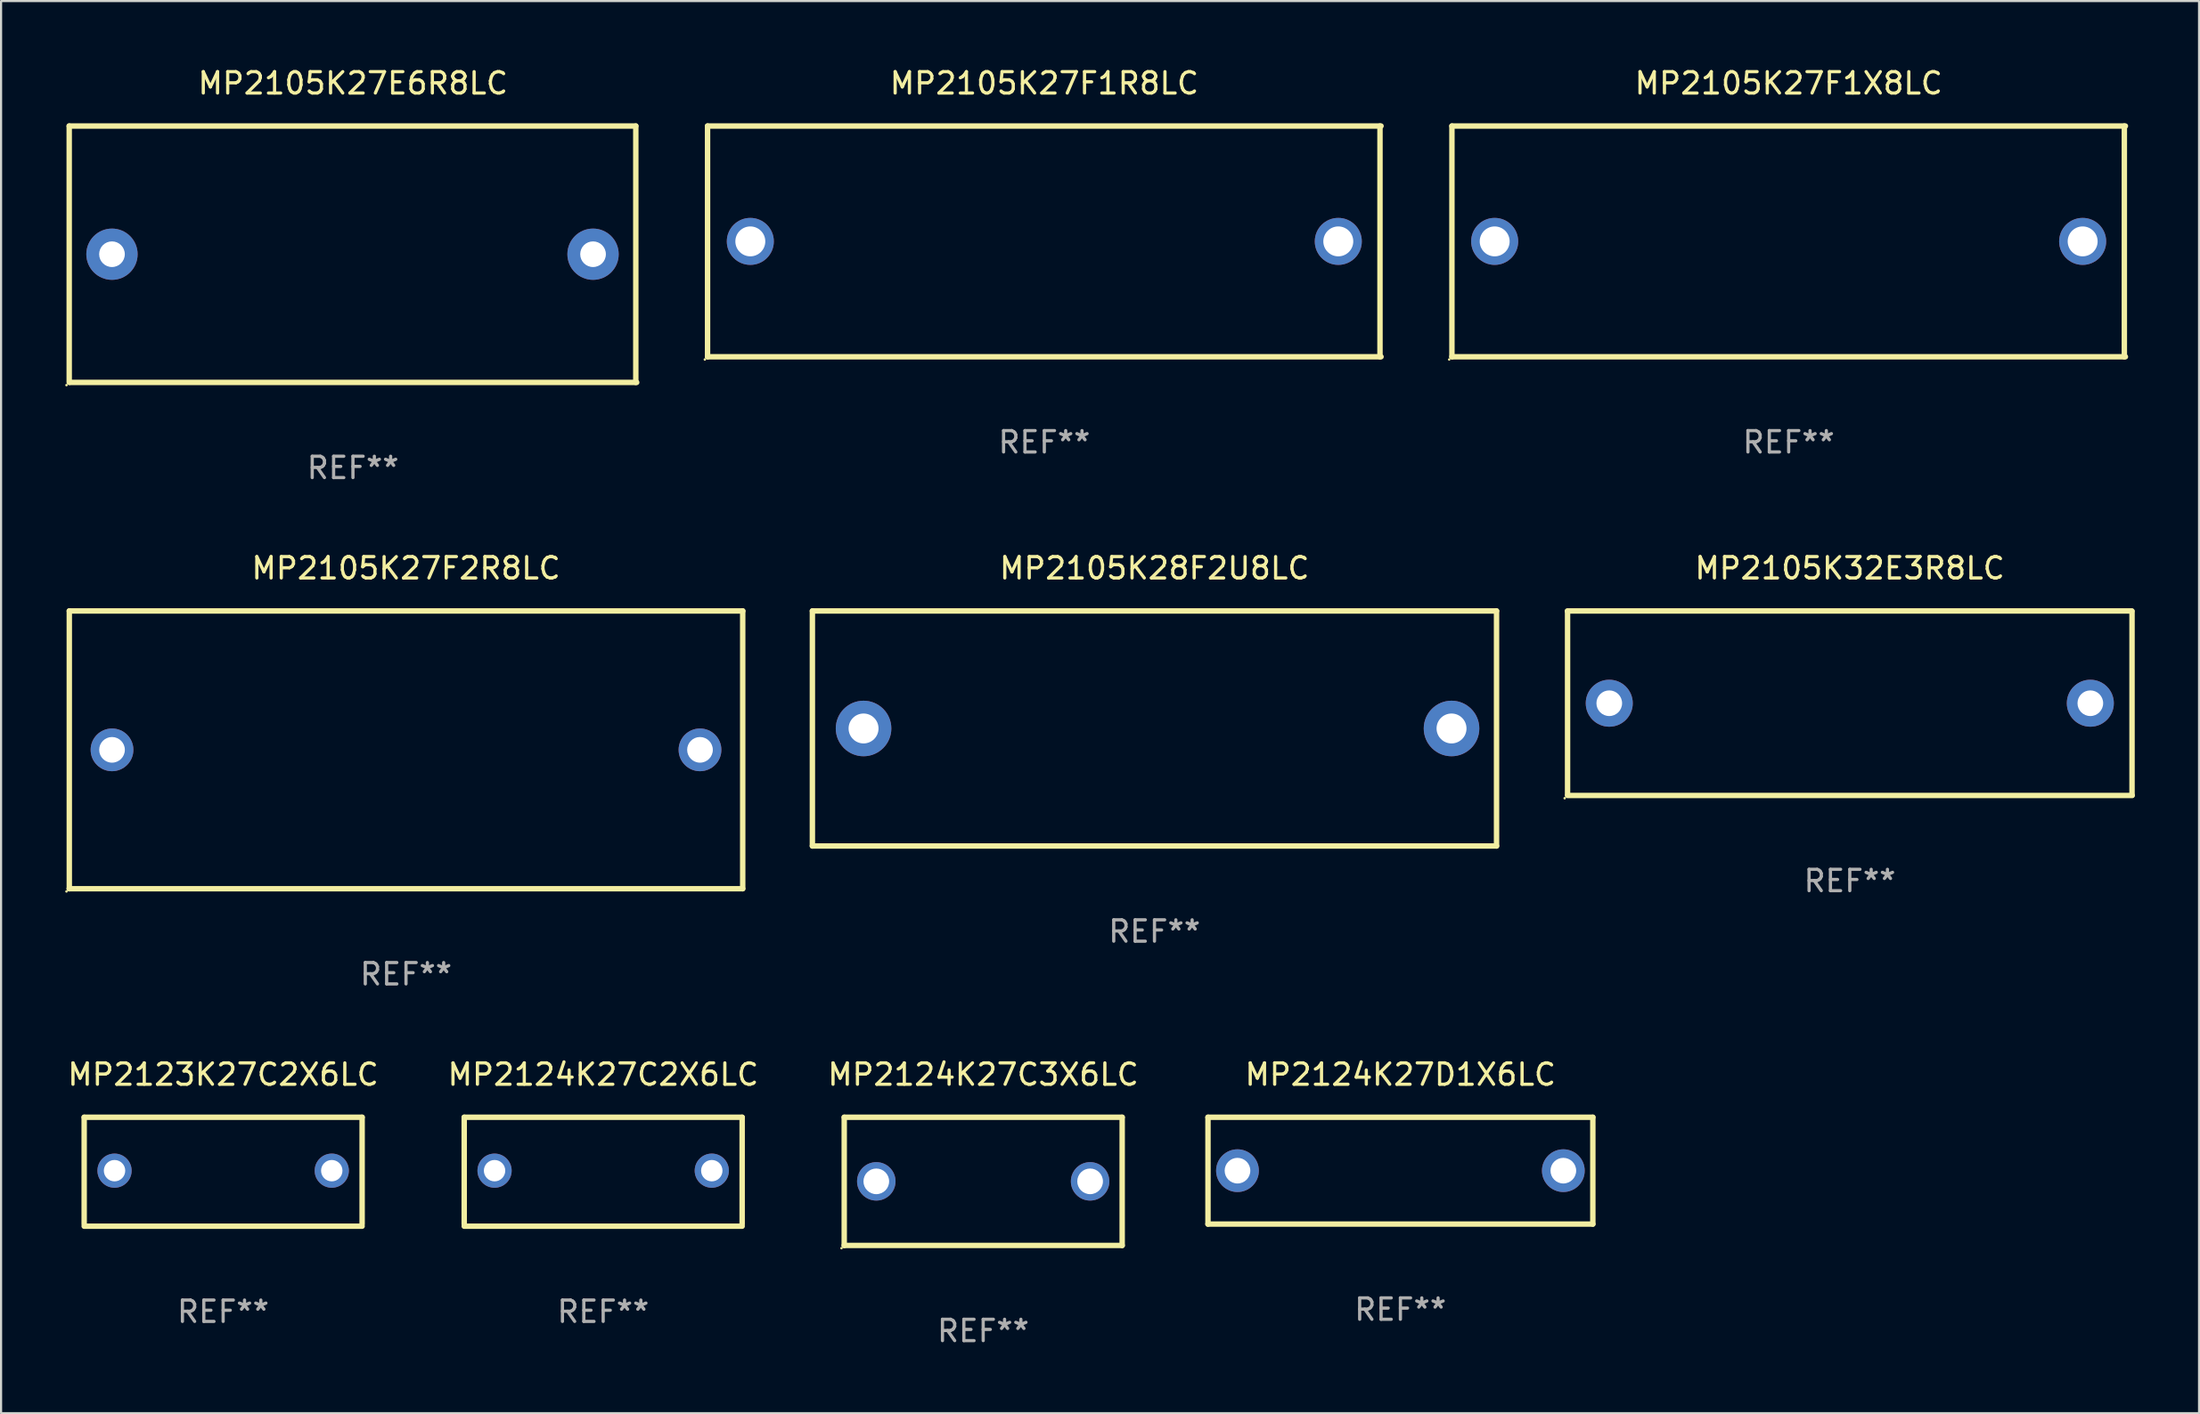
<source format=kicad_pcb>
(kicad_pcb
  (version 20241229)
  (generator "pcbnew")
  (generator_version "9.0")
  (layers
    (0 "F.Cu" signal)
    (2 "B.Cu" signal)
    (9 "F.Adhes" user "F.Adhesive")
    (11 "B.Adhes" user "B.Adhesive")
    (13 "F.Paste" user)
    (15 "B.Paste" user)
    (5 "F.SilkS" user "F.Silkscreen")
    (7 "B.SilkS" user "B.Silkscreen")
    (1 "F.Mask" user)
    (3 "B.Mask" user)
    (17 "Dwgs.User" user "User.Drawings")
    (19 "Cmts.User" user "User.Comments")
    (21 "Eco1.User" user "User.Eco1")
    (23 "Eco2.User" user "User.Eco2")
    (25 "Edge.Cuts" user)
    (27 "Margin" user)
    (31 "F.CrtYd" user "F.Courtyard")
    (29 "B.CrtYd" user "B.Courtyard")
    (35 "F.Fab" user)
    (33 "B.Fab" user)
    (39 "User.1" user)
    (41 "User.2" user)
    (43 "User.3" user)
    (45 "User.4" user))
  (footprint "MP2105K28F2U8LC"
    (layer "F.Cu")
    (at 50.945 31.045)
    (property "Reference" "MP2105K28F2U8LC" (at 0 -7.5 0) (layer "F.SilkS") (effects (font (size 1 1) (thickness 0.15))))
    (attr through_hole)
    (fp_line (start -15.999 -5.5) (end -15.999 5.5) (stroke (width 0.254) (type solid)) (layer "F.SilkS"))
    (fp_line (start -15.999 -5.5) (end 15.999 -5.5) (stroke (width 0.254) (type solid)) (layer "F.SilkS"))
    (fp_line (start 15.999 -5.5) (end 15.999 5.5) (stroke (width 0.254) (type solid)) (layer "F.SilkS"))
    (fp_line (start 15.999 5.5) (end -15.999 5.5) (stroke (width 0.254) (type solid)) (layer "F.SilkS"))
    (fp_circle (center -16.008 5.5) (end -15.978 5.5) (stroke (width 0.06) (type solid)) (fill no) (layer "F.SilkS"))
    (fp_text user "REF**" (at 0 9.5 0) (layer "F.Fab") (effects (font (size 1 1) (thickness 0.15))))
    (pad "1" thru_hole circle (at -13.606 0) (size 2.6 2.6) (drill 1.4) (layers "*.Cu" "*.Mask"))
    (pad "2" thru_hole circle (at 13.894 0) (size 2.6 2.6) (drill 1.4) (layers "*.Cu" "*.Mask")))
  (footprint "MP2105K27E6R8LC"
    (layer "F.Cu")
    (at 13.458 8.848)
    (property "Reference" "MP2105K27E6R8LC" (at 0 -8 0) (layer "F.SilkS") (effects (font (size 1 1) (thickness 0.15))))
    (attr through_hole)
    (fp_line (start -13.271 -6) (end 13.229 -6) (stroke (width 0.254) (type solid)) (layer "F.SilkS"))
    (fp_line (start -13.271 6) (end -13.271 -6) (stroke (width 0.254) (type solid)) (layer "F.SilkS"))
    (fp_line (start 13.229 -6) (end 13.229 6) (stroke (width 0.254) (type solid)) (layer "F.SilkS"))
    (fp_line (start 13.271 6) (end -13.229 6) (stroke (width 0.254) (type solid)) (layer "F.SilkS"))
    (fp_circle (center -13.398 6.127) (end -13.368 6.127) (stroke (width 0.06) (type solid)) (fill no) (layer "F.SilkS"))
    (fp_text user "REF**" (at 0 10 0) (layer "F.Fab") (effects (font (size 1 1) (thickness 0.15))))
    (pad "1" thru_hole circle (at -11.271 0) (size 2.4 2.4) (drill 1.2) (layers "*.Cu" "*.Mask"))
    (pad "2" thru_hole circle (at 11.229 0) (size 2.4 2.4) (drill 1.2) (layers "*.Cu" "*.Mask")))
  (footprint "MP2105K32E3R8LC"
    (layer "F.Cu")
    (at 83.466 29.863)
    (property "Reference" "MP2105K32E3R8LC" (at 0 -6.318 0) (layer "F.SilkS") (effects (font (size 1 1) (thickness 0.15))))
    (attr through_hole)
    (fp_line (start -13.208 -4.318) (end 13.193 -4.318) (stroke (width 0.254) (type solid)) (layer "F.SilkS"))
    (fp_line (start -13.2 4.3) (end -13.2 -4.3) (stroke (width 0.254) (type solid)) (layer "F.SilkS"))
    (fp_line (start 13.2 -4.3) (end 13.2 4.3) (stroke (width 0.254) (type solid)) (layer "F.SilkS"))
    (fp_line (start 13.208 4.318) (end -13.193 4.318) (stroke (width 0.254) (type solid)) (layer "F.SilkS"))
    (fp_circle (center -13.335 4.445) (end -13.305 4.445) (stroke (width 0.06) (type solid)) (fill no) (layer "F.SilkS"))
    (fp_text user "REF**" (at 0 8.318 0) (layer "F.Fab") (effects (font (size 1 1) (thickness 0.15))))
    (pad "1" thru_hole circle (at -11.25 0) (size 2.2 2.2) (drill 1.2) (layers "*.Cu" "*.Mask"))
    (pad "2" thru_hole circle (at 11.25 0) (size 2.2 2.2) (drill 1.2) (layers "*.Cu" "*.Mask")))
  (footprint "MP2105K27F1R8LC"
    (layer "F.Cu")
    (at 45.793 8.248)
    (property "Reference" "MP2105K27F1R8LC" (at 0 -7.4 0) (layer "F.SilkS") (effects (font (size 1 1) (thickness 0.15))))
    (attr through_hole)
    (fp_line (start -15.75 -5.4) (end 15.75 -5.4) (stroke (width 0.254) (type solid)) (layer "F.SilkS"))
    (fp_line (start -15.75 5.4) (end -15.75 -5.4) (stroke (width 0.254) (type solid)) (layer "F.SilkS"))
    (fp_line (start 15.7 -5.4) (end 15.7 5.4) (stroke (width 0.254) (type solid)) (layer "F.SilkS"))
    (fp_line (start 15.75 5.4) (end -15.75 5.4) (stroke (width 0.254) (type solid)) (layer "F.SilkS"))
    (fp_circle (center -15.877 5.527) (end -15.847 5.527) (stroke (width 0.06) (type solid)) (fill no) (layer "F.SilkS"))
    (fp_text user "REF**" (at 0 9.4 0) (layer "F.Fab") (effects (font (size 1 1) (thickness 0.15))))
    (pad "1" thru_hole circle (at -13.75 0) (size 2.2 2.2) (drill 1.4) (layers "*.Cu" "*.Mask"))
    (pad "2" thru_hole circle (at 13.75 0) (size 2.2 2.2) (drill 1.4) (layers "*.Cu" "*.Mask")))
  (footprint "MP2124K27C2X6LC"
    (layer "F.Cu")
    (at 25.161 51.791)
    (property "Reference" "MP2124K27C2X6LC" (at 0 -4.55 0) (layer "F.SilkS") (effects (font (size 1 1) (thickness 0.15))))
    (attr through_hole)
    (fp_line (start -6.5 -2.55) (end 6.5 -2.55) (stroke (width 0.254) (type solid)) (layer "F.SilkS"))
    (fp_line (start -6.5 2.45) (end -6.5 -2.55) (stroke (width 0.254) (type solid)) (layer "F.SilkS"))
    (fp_line (start 6.5 -2.55) (end 6.5 2.45) (stroke (width 0.254) (type solid)) (layer "F.SilkS"))
    (fp_line (start 6.5 2.55) (end -6.5 2.55) (stroke (width 0.254) (type solid)) (layer "F.SilkS"))
    (fp_circle (center -6.5 2.45) (end -6.47 2.45) (stroke (width 0.06) (type solid)) (fill no) (layer "F.SilkS"))
    (fp_text user "REF**" (at 0 6.55 0) (layer "F.Fab") (effects (font (size 1 1) (thickness 0.15))))
    (pad "1" thru_hole circle (at -5.08 -0.05) (size 1.6 1.6) (drill 1) (layers "*.Cu" "*.Mask"))
    (pad "2" thru_hole circle (at 5.08 -0.05) (size 1.6 1.6) (drill 1) (layers "*.Cu" "*.Mask")))
  (footprint "MP2105K27F1X8LC"
    (layer "F.Cu")
    (at 80.607 8.248)
    (property "Reference" "MP2105K27F1X8LC" (at 0 -7.4 0) (layer "F.SilkS") (effects (font (size 1 1) (thickness 0.15))))
    (attr through_hole)
    (fp_line (start -15.75 -5.4) (end 15.75 -5.4) (stroke (width 0.254) (type solid)) (layer "F.SilkS"))
    (fp_line (start -15.75 5.4) (end -15.75 -5.4) (stroke (width 0.254) (type solid)) (layer "F.SilkS"))
    (fp_line (start 15.7 -5.4) (end 15.7 5.4) (stroke (width 0.254) (type solid)) (layer "F.SilkS"))
    (fp_line (start 15.75 5.4) (end -15.75 5.4) (stroke (width 0.254) (type solid)) (layer "F.SilkS"))
    (fp_circle (center -15.877 5.527) (end -15.847 5.527) (stroke (width 0.06) (type solid)) (fill no) (layer "F.SilkS"))
    (fp_text user "REF**" (at 0 9.4 0) (layer "F.Fab") (effects (font (size 1 1) (thickness 0.15))))
    (pad "1" thru_hole circle (at -13.75 0) (size 2.2 2.2) (drill 1.4) (layers "*.Cu" "*.Mask"))
    (pad "2" thru_hole circle (at 13.75 0) (size 2.2 2.2) (drill 1.4) (layers "*.Cu" "*.Mask")))
  (footprint "MP2124K27D1X6LC"
    (layer "F.Cu")
    (at 62.448 51.741)
    (property "Reference" "MP2124K27D1X6LC" (at 0 -4.5 0) (layer "F.SilkS") (effects (font (size 1 1) (thickness 0.15))))
    (attr through_hole)
    (fp_line (start -9 -2.5) (end 9 -2.5) (stroke (width 0.254) (type solid)) (layer "F.SilkS"))
    (fp_line (start -9 2.5) (end -9 -2.5) (stroke (width 0.254) (type solid)) (layer "F.SilkS"))
    (fp_line (start 9 -2.5) (end 9 2.5) (stroke (width 0.254) (type solid)) (layer "F.SilkS"))
    (fp_line (start 9 2.5) (end -9 2.5) (stroke (width 0.254) (type solid)) (layer "F.SilkS"))
    (fp_circle (center -9 2.5) (end -8.97 2.5) (stroke (width 0.06) (type solid)) (fill no) (layer "F.SilkS"))
    (fp_text user "REF**" (at 0 6.5 0) (layer "F.Fab") (effects (font (size 1 1) (thickness 0.15))))
    (pad "1" thru_hole circle (at -7.62 -0.000127) (size 2 2) (drill 1.2) (layers "*.Cu" "*.Mask"))
    (pad "2" thru_hole circle (at 7.62 -0.000127) (size 2 2) (drill 1.2) (layers "*.Cu" "*.Mask")))
  (footprint "MP2123K27C2X6LC"
    (layer "F.Cu")
    (at 7.387 51.791)
    (property "Reference" "MP2123K27C2X6LC" (at 0 -4.55 0) (layer "F.SilkS") (effects (font (size 1 1) (thickness 0.15))))
    (attr through_hole)
    (fp_line (start -6.5 -2.55) (end 6.5 -2.55) (stroke (width 0.254) (type solid)) (layer "F.SilkS"))
    (fp_line (start -6.5 2.45) (end -6.5 -2.55) (stroke (width 0.254) (type solid)) (layer "F.SilkS"))
    (fp_line (start 6.5 -2.55) (end 6.5 2.45) (stroke (width 0.254) (type solid)) (layer "F.SilkS"))
    (fp_line (start 6.5 2.55) (end -6.5 2.55) (stroke (width 0.254) (type solid)) (layer "F.SilkS"))
    (fp_circle (center -6.5 2.45) (end -6.47 2.45) (stroke (width 0.06) (type solid)) (fill no) (layer "F.SilkS"))
    (fp_text user "REF**" (at 0 6.55 0) (layer "F.Fab") (effects (font (size 1 1) (thickness 0.15))))
    (pad "1" thru_hole circle (at -5.08 -0.05) (size 1.6 1.6) (drill 1) (layers "*.Cu" "*.Mask"))
    (pad "2" thru_hole circle (at 5.08 -0.05) (size 1.6 1.6) (drill 1) (layers "*.Cu" "*.Mask")))
  (footprint "MP2105K27F2R8LC"
    (layer "F.Cu")
    (at 15.939 32.045)
    (property "Reference" "MP2105K27F2R8LC" (at 0 -8.5 0) (layer "F.SilkS") (effects (font (size 1 1) (thickness 0.15))))
    (attr through_hole)
    (fp_line (start -15.748 -6.5) (end 15.752 -6.5) (stroke (width 0.254) (type solid)) (layer "F.SilkS"))
    (fp_line (start -15.748 6.5) (end -15.748 -6.5) (stroke (width 0.254) (type solid)) (layer "F.SilkS"))
    (fp_line (start 15.748 -6.5) (end 15.748 6.5) (stroke (width 0.254) (type solid)) (layer "F.SilkS"))
    (fp_line (start 15.748 6.5) (end -15.752 6.5) (stroke (width 0.254) (type solid)) (layer "F.SilkS"))
    (fp_circle (center -15.879 6.627) (end -15.849 6.627) (stroke (width 0.06) (type solid)) (fill no) (layer "F.SilkS"))
    (fp_text user "REF**" (at 0 10.5 0) (layer "F.Fab") (effects (font (size 1 1) (thickness 0.15))))
    (pad "1" thru_hole circle (at -13.75 0) (size 2 2) (drill 1.2) (layers "*.Cu" "*.Mask"))
    (pad "2" thru_hole circle (at 13.75 0) (size 2 2) (drill 1.2) (layers "*.Cu" "*.Mask")))
  (footprint "MP2124K27C3X6LC"
    (layer "F.Cu")
    (at 42.935 52.241)
    (property "Reference" "MP2124K27C3X6LC" (at 0 -5 0) (layer "F.SilkS") (effects (font (size 1 1) (thickness 0.15))))
    (attr through_hole)
    (fp_line (start -6.5 -3) (end 6.5 -3) (stroke (width 0.254) (type solid)) (layer "F.SilkS"))
    (fp_line (start -6.5 3) (end -6.5 -3) (stroke (width 0.254) (type solid)) (layer "F.SilkS"))
    (fp_line (start -6.5 3) (end 6.5 3) (stroke (width 0.254) (type solid)) (layer "F.SilkS"))
    (fp_line (start 6.5 -3) (end 6.5 3) (stroke (width 0.254) (type solid)) (layer "F.SilkS"))
    (fp_circle (center -6.627 3.127) (end -6.597 3.127) (stroke (width 0.06) (type solid)) (fill no) (layer "F.SilkS"))
    (fp_text user "REF**" (at 0 7 0) (layer "F.Fab") (effects (font (size 1 1) (thickness 0.15))))
    (pad "1" thru_hole circle (at -5 0) (size 1.8 1.8) (drill 1.2) (layers "*.Cu" "*.Mask"))
    (pad "2" thru_hole circle (at 5 0) (size 1.8 1.8) (drill 1.2) (layers "*.Cu" "*.Mask")))
  (gr_rect
    (start -3 -3)
    (end 99.801 63.09)
    (stroke (width 0.1) (type default))
    (fill no)
    (layer "Edge.Cuts")))
</source>
